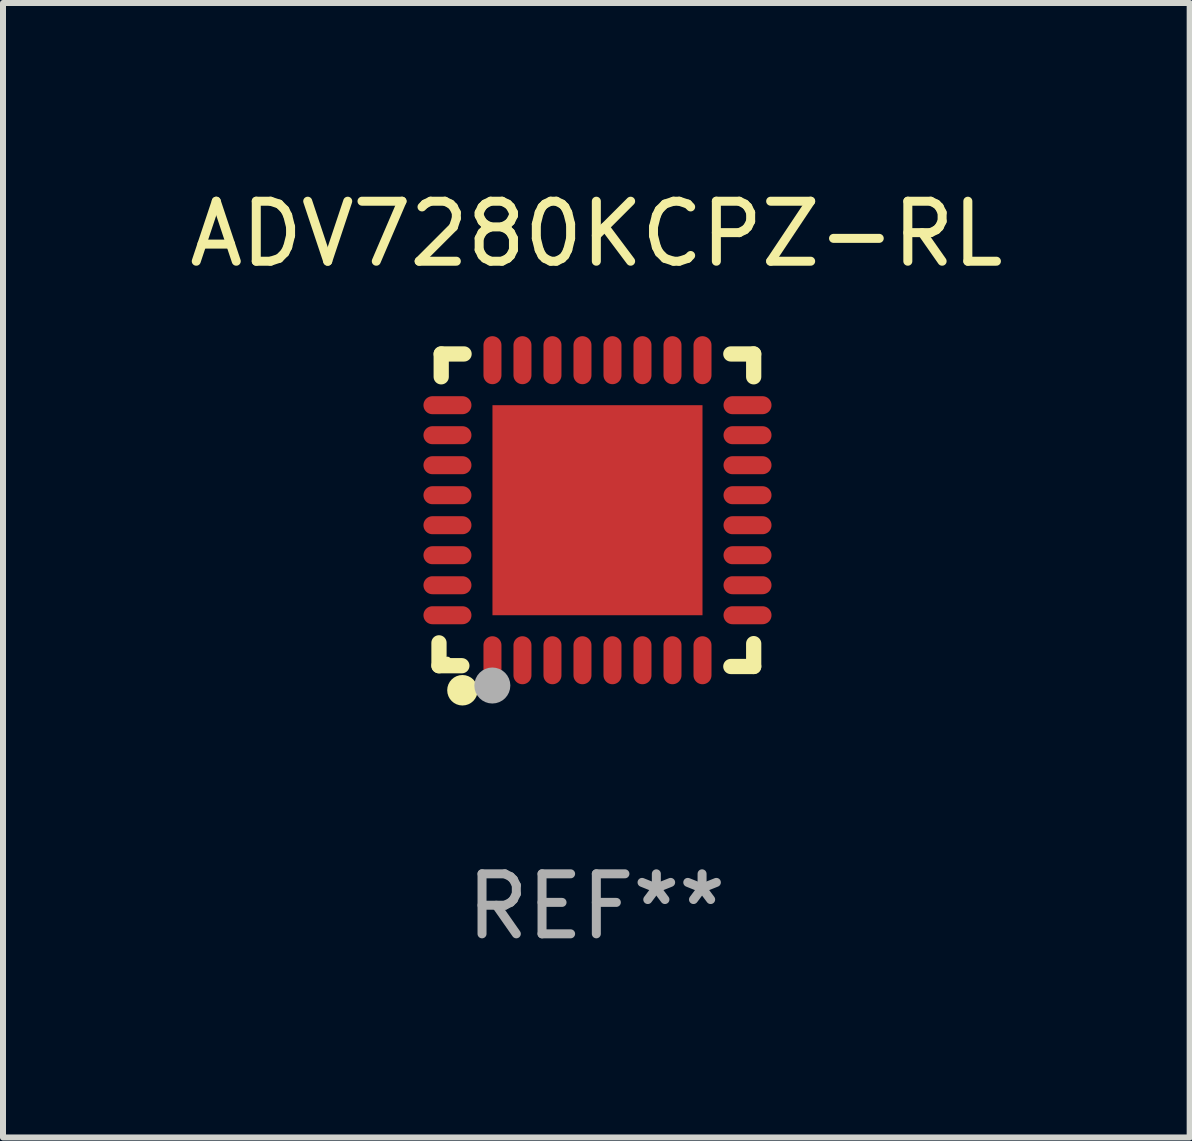
<source format=kicad_pcb>
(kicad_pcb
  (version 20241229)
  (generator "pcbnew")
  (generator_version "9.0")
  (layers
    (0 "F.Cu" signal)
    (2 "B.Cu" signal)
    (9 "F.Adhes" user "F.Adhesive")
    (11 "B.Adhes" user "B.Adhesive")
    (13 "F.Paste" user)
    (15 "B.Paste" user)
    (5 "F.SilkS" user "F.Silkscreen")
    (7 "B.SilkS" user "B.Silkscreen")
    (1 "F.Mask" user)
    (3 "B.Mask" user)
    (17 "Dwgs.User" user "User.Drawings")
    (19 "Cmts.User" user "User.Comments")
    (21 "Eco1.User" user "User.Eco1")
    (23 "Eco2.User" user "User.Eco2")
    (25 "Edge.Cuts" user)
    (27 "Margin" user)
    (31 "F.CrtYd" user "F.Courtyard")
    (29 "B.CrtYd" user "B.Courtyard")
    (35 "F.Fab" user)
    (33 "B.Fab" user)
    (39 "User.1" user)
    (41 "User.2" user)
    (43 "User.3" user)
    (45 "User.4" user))
  (footprint "ADV7280KCPZ-RL"
    (layer "F.Cu")
    (at 6.887 5.452)
    (property "Reference" "ADV7280KCPZ-RL" (at 0 -4.604 0) (layer "F.SilkS") (effects (font (size 1 1) (thickness 0.15))))
    (attr through_hole)
    (fp_line (start -2.622 2.21) (end -2.622 2.591) (stroke (width 0.254) (type solid)) (layer "F.SilkS"))
    (fp_line (start -2.622 2.591) (end -2.241 2.591) (stroke (width 0.254) (type solid)) (layer "F.SilkS"))
    (fp_line (start -2.585 -2.604) (end -2.585 -2.223) (stroke (width 0.254) (type solid)) (layer "F.SilkS"))
    (fp_line (start -2.204 -2.604) (end -2.585 -2.604) (stroke (width 0.254) (type solid)) (layer "F.SilkS"))
    (fp_line (start 2.241 2.604) (end 2.622 2.604) (stroke (width 0.254) (type solid)) (layer "F.SilkS"))
    (fp_line (start 2.622 -2.604) (end 2.241 -2.604) (stroke (width 0.254) (type solid)) (layer "F.SilkS"))
    (fp_line (start 2.622 -2.223) (end 2.622 -2.604) (stroke (width 0.254) (type solid)) (layer "F.SilkS"))
    (fp_line (start 2.622 2.604) (end 2.622 2.223) (stroke (width 0.254) (type solid)) (layer "F.SilkS"))
    (fp_circle (center -2.481 2.5) (end -2.451 2.5) (stroke (width 0.06) (type solid)) (fill no) (layer "F.SilkS"))
    (fp_circle (center -2.231 3) (end -2.104 3) (stroke (width 0.254) (type solid)) (fill no) (layer "F.SilkS"))
    (fp_circle (center -1.733 2.921) (end -1.583 2.921) (stroke (width 0.3) (type solid)) (fill no) (layer "F.Fab"))
    (fp_text user "REF**" (at 0 6.604 0) (layer "F.Fab") (effects (font (size 1 1) (thickness 0.15))))
    (pad "1" smd oval (at -1.731 2.5 90) (size 0.8 0.3) (layers "F.Cu" "F.Mask" "F.Paste"))
    (pad "2" smd oval (at -1.231 2.5 90) (size 0.8 0.3) (layers "F.Cu" "F.Mask" "F.Paste"))
    (pad "3" smd oval (at -0.731 2.5 90) (size 0.8 0.3) (layers "F.Cu" "F.Mask" "F.Paste"))
    (pad "4" smd oval (at -0.231 2.5 90) (size 0.8 0.3) (layers "F.Cu" "F.Mask" "F.Paste"))
    (pad "5" smd oval (at 0.269 2.5 90) (size 0.8 0.3) (layers "F.Cu" "F.Mask" "F.Paste"))
    (pad "6" smd oval (at 0.769 2.5 90) (size 0.8 0.3) (layers "F.Cu" "F.Mask" "F.Paste"))
    (pad "7" smd oval (at 1.269 2.5 90) (size 0.8 0.3) (layers "F.Cu" "F.Mask" "F.Paste"))
    (pad "8" smd oval (at 1.769 2.5 90) (size 0.8 0.3) (layers "F.Cu" "F.Mask" "F.Paste"))
    (pad "9" smd oval (at 2.519 1.75 180) (size 0.8 0.3) (layers "F.Cu" "F.Mask" "F.Paste"))
    (pad "10" smd oval (at 2.519 1.25 180) (size 0.8 0.3) (layers "F.Cu" "F.Mask" "F.Paste"))
    (pad "11" smd oval (at 2.519 0.75 180) (size 0.8 0.3) (layers "F.Cu" "F.Mask" "F.Paste"))
    (pad "12" smd oval (at 2.519 0.25 180) (size 0.8 0.3) (layers "F.Cu" "F.Mask" "F.Paste"))
    (pad "13" smd oval (at 2.519 -0.25 180) (size 0.8 0.3) (layers "F.Cu" "F.Mask" "F.Paste"))
    (pad "14" smd oval (at 2.519 -0.75 180) (size 0.8 0.3) (layers "F.Cu" "F.Mask" "F.Paste"))
    (pad "15" smd oval (at 2.519 -1.25 180) (size 0.8 0.3) (layers "F.Cu" "F.Mask" "F.Paste"))
    (pad "16" smd oval (at 2.519 -1.75 180) (size 0.8 0.3) (layers "F.Cu" "F.Mask" "F.Paste"))
    (pad "17" smd oval (at 1.769 -2.5 270) (size 0.8 0.3) (layers "F.Cu" "F.Mask" "F.Paste"))
    (pad "18" smd oval (at 1.269 -2.5 270) (size 0.8 0.3) (layers "F.Cu" "F.Mask" "F.Paste"))
    (pad "19" smd oval (at 0.769 -2.5 270) (size 0.8 0.3) (layers "F.Cu" "F.Mask" "F.Paste"))
    (pad "20" smd oval (at 0.269 -2.5 270) (size 0.8 0.3) (layers "F.Cu" "F.Mask" "F.Paste"))
    (pad "21" smd oval (at -0.231 -2.5 270) (size 0.8 0.3) (layers "F.Cu" "F.Mask" "F.Paste"))
    (pad "22" smd oval (at -0.731 -2.5 270) (size 0.8 0.3) (layers "F.Cu" "F.Mask" "F.Paste"))
    (pad "23" smd oval (at -1.231 -2.5 270) (size 0.8 0.3) (layers "F.Cu" "F.Mask" "F.Paste"))
    (pad "24" smd oval (at -1.731 -2.5 270) (size 0.8 0.3) (layers "F.Cu" "F.Mask" "F.Paste"))
    (pad "25" smd oval (at -2.481 -1.75) (size 0.8 0.3) (layers "F.Cu" "F.Mask" "F.Paste"))
    (pad "26" smd oval (at -2.481 -1.25) (size 0.8 0.3) (layers "F.Cu" "F.Mask" "F.Paste"))
    (pad "27" smd oval (at -2.481 -0.75) (size 0.8 0.3) (layers "F.Cu" "F.Mask" "F.Paste"))
    (pad "28" smd oval (at -2.481 -0.25) (size 0.8 0.3) (layers "F.Cu" "F.Mask" "F.Paste"))
    (pad "29" smd oval (at -2.481 0.25) (size 0.8 0.3) (layers "F.Cu" "F.Mask" "F.Paste"))
    (pad "30" smd oval (at -2.481 0.75) (size 0.8 0.3) (layers "F.Cu" "F.Mask" "F.Paste"))
    (pad "31" smd oval (at -2.481 1.25) (size 0.8 0.3) (layers "F.Cu" "F.Mask" "F.Paste"))
    (pad "32" smd oval (at -2.481 1.75) (size 0.8 0.3) (layers "F.Cu" "F.Mask" "F.Paste"))
    (pad "33" smd rect (at 0.019 -0.000025 90) (size 3.5 3.5) (layers "F.Cu" "F.Mask" "F.Paste")))
  (gr_rect
    (start -3 -3)
    (end 16.774 15.904)
    (stroke (width 0.1) (type default))
    (fill no)
    (layer "Edge.Cuts")))
</source>
